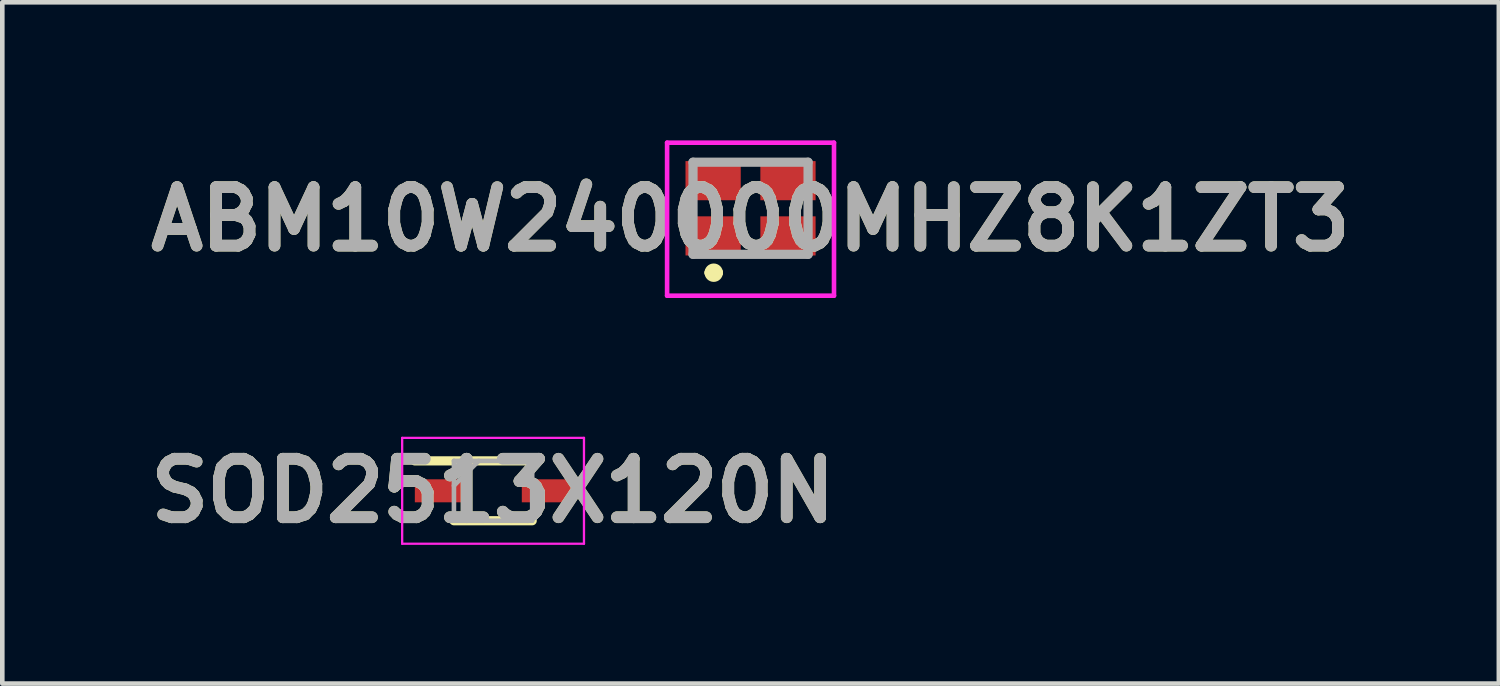
<source format=kicad_pcb>
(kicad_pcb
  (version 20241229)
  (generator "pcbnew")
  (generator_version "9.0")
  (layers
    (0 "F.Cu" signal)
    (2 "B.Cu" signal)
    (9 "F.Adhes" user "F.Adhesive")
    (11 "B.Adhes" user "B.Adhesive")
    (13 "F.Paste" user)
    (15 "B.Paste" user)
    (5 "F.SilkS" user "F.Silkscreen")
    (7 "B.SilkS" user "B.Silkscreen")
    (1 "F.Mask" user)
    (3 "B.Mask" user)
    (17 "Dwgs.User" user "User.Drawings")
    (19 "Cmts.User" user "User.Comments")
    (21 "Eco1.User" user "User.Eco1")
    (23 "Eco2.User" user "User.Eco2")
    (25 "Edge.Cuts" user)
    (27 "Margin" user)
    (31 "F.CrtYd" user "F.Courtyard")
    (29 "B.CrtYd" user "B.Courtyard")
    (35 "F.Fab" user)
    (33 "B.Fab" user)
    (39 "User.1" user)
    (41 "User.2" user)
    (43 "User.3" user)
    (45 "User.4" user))
  (footprint "ABM10W240000MHZ8K1ZT3"
    (layer "F.Cu")
    (at 13.256 1.712)
    (property "Reference" "ABM10W240000MHZ8K1ZT3" (at 0 0 0) (layer "F.SilkS") (effects (font (size 1.27 1.27) (thickness 0.254))))
    (attr smd)
    (fp_line (start -0.9 1.163) (end -0.9 1.163) (stroke (width 0.2) (type solid)) (layer "F.SilkS"))
    (fp_line (start -0.7 1.163) (end -0.7 1.163) (stroke (width 0.2) (type solid)) (layer "F.SilkS"))
    (fp_line (start -0.1 -1.238) (end 0.1 -1.238) (stroke (width 0.1) (type solid)) (layer "F.SilkS"))
    (fp_line (start -0.1 0.763) (end 0.1 0.763) (stroke (width 0.1) (type solid)) (layer "F.SilkS"))
    (fp_arc (start -0.9 1.163) (mid -0.8005 1.0625) (end -0.7 1.162) (stroke (width 0.2) (type solid)) (layer "F.SilkS"))
    (fp_arc (start -0.7 1.163) (mid -0.8005 1.2625) (end -0.9 1.162) (stroke (width 0.2) (type solid)) (layer "F.SilkS"))
    (fp_line (start -1.813 -1.662) (end 1.813 -1.662) (stroke (width 0.1) (type solid)) (layer "F.CrtYd"))
    (fp_line (start -1.813 1.662) (end -1.813 -1.662) (stroke (width 0.1) (type solid)) (layer "F.CrtYd"))
    (fp_line (start 1.813 -1.662) (end 1.813 1.662) (stroke (width 0.1) (type solid)) (layer "F.CrtYd"))
    (fp_line (start 1.813 1.662) (end -1.813 1.662) (stroke (width 0.1) (type solid)) (layer "F.CrtYd"))
    (fp_line (start -1.25 -1.238) (end 1.25 -1.238) (stroke (width 0.2) (type solid)) (layer "F.Fab"))
    (fp_line (start -1.25 0.763) (end -1.25 -1.238) (stroke (width 0.2) (type solid)) (layer "F.Fab"))
    (fp_line (start 1.25 -1.238) (end 1.25 0.763) (stroke (width 0.2) (type solid)) (layer "F.Fab"))
    (fp_line (start 1.25 0.763) (end -1.25 0.763) (stroke (width 0.2) (type solid)) (layer "F.Fab"))
    (fp_text user "${REFERENCE}" (at 0 0 0) (layer "F.Fab") (effects (font (size 1.27 1.27) (thickness 0.254))))
    (pad "1" smd rect (at -0.813 0.363 90) (size 0.85 1.2) (layers "F.Cu" "F.Mask" "F.Paste"))
    (pad "2" smd rect (at 0.813 0.363 90) (size 0.85 1.2) (layers "F.Cu" "F.Mask" "F.Paste"))
    (pad "3" smd rect (at 0.813 -0.837 90) (size 0.85 1.2) (layers "F.Cu" "F.Mask" "F.Paste"))
    (pad "4" smd rect (at -0.813 -0.837 90) (size 0.85 1.2) (layers "F.Cu" "F.Mask" "F.Paste")))
  (footprint "SOD2513X120N"
    (layer "F.Cu")
    (at 7.662 7.613)
    (property "Reference" "SOD2513X120N" (at 0 0 0) (layer "F.SilkS") (effects (font (size 1.27 1.27) (thickness 0.254))))
    (attr smd)
    (fp_line (start -1.7 -0.65) (end 0.85 -0.65) (stroke (width 0.2) (type solid)) (layer "F.SilkS"))
    (fp_line (start -0.85 0.65) (end 0.85 0.65) (stroke (width 0.2) (type solid)) (layer "F.SilkS"))
    (fp_line (start -1.975 -1.15) (end 1.975 -1.15) (stroke (width 0.05) (type solid)) (layer "F.CrtYd"))
    (fp_line (start -1.975 1.15) (end -1.975 -1.15) (stroke (width 0.05) (type solid)) (layer "F.CrtYd"))
    (fp_line (start 1.975 -1.15) (end 1.975 1.15) (stroke (width 0.05) (type solid)) (layer "F.CrtYd"))
    (fp_line (start 1.975 1.15) (end -1.975 1.15) (stroke (width 0.05) (type solid)) (layer "F.CrtYd"))
    (fp_line (start -0.85 -0.65) (end 0.85 -0.65) (stroke (width 0.1) (type solid)) (layer "F.Fab"))
    (fp_line (start -0.85 -0.112) (end -0.312 -0.65) (stroke (width 0.1) (type solid)) (layer "F.Fab"))
    (fp_line (start -0.85 0.65) (end -0.85 -0.65) (stroke (width 0.1) (type solid)) (layer "F.Fab"))
    (fp_line (start 0.85 -0.65) (end 0.85 0.65) (stroke (width 0.1) (type solid)) (layer "F.Fab"))
    (fp_line (start 0.85 0.65) (end -0.85 0.65) (stroke (width 0.1) (type solid)) (layer "F.Fab"))
    (fp_text user "${REFERENCE}" (at 0 0 0) (layer "F.Fab") (effects (font (size 1.27 1.27) (thickness 0.254))))
    (pad "1" smd rect (at -1.162 0 90) (size 0.5 1.075) (layers "F.Cu" "F.Mask" "F.Paste"))
    (pad "2" smd rect (at 1.162 0 90) (size 0.5 1.075) (layers "F.Cu" "F.Mask" "F.Paste")))
  (gr_rect
    (start -3 -3)
    (end 29.513 11.801)
    (stroke (width 0.1) (type default))
    (fill no)
    (layer "Edge.Cuts")))
</source>
